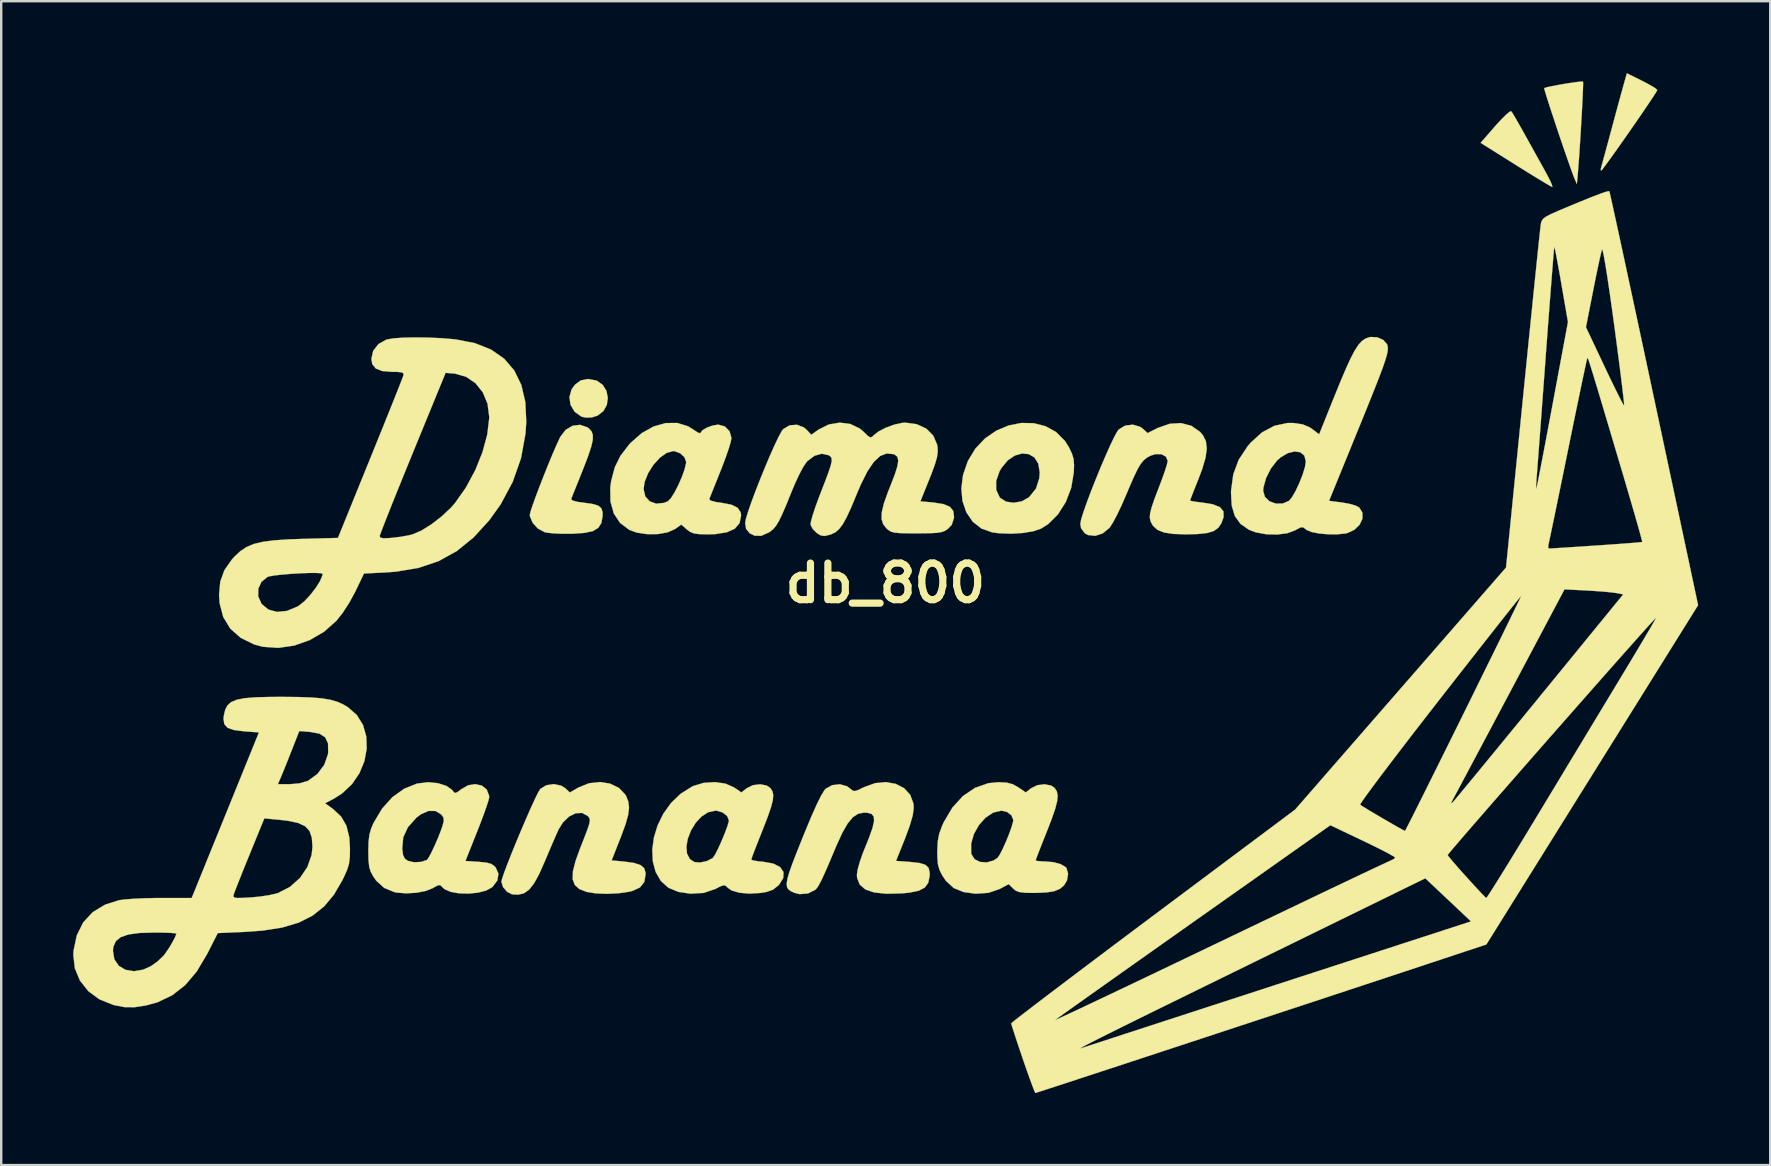
<source format=kicad_pcb>
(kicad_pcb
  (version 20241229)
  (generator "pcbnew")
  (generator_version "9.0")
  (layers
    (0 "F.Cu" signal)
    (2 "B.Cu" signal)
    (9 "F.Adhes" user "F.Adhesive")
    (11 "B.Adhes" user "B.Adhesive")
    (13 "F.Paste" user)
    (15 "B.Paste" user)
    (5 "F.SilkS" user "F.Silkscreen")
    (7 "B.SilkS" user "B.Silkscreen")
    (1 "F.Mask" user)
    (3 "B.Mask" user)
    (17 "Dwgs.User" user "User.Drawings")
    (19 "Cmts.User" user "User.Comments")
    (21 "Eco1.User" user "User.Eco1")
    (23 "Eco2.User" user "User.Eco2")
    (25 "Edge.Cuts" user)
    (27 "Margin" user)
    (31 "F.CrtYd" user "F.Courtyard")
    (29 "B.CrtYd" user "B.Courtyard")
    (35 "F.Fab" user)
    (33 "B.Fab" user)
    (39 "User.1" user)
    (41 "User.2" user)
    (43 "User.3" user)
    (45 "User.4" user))
  (footprint "db_800"
    (layer "F.Cu")
    (at 33.849 21.253)
    (property "Reference" "db_800" (at 0 0 0) (layer "F.SilkS") (effects (font (size 1.524 1.524) (thickness 0.3))))
    (attr through_hole)
    (fp_poly (pts (xy -12.025 -8.438) (xy -11.778 -8.262) (xy -11.624 -8.012) (xy -11.566 -7.723) (xy -11.606 -7.431) (xy -11.748 -7.171) (xy -11.994 -6.98) (xy -12.234 -6.905) (xy -12.477 -6.897) (xy -12.658 -6.935) (xy -12.947 -7.139) (xy -13.119 -7.426) (xy -13.166 -7.752) (xy -13.077 -8.075) (xy -12.931 -8.274) (xy -12.694 -8.448) (xy -12.411 -8.504) (xy -12.361 -8.505) (xy -12.025 -8.438)) (stroke (width 0.01) (type solid)) (fill yes) (layer "F.SilkS"))
    (fp_poly (pts (xy 26.123 -19.615) (xy 26.197 -19.496) (xy 26.312 -19.297) (xy 26.477 -19.007) (xy 26.698 -18.613) (xy 26.982 -18.102) (xy 27.337 -17.462) (xy 27.548 -17.081) (xy 27.688 -16.813) (xy 27.778 -16.614) (xy 27.802 -16.517) (xy 27.796 -16.513) (xy 27.707 -16.557) (xy 27.497 -16.678) (xy 27.19 -16.863) (xy 26.807 -17.098) (xy 26.371 -17.369) (xy 26.27 -17.433) (xy 24.811 -18.349) (xy 25.414 -19.043) (xy 25.664 -19.317) (xy 25.876 -19.527) (xy 26.025 -19.65) (xy 26.084 -19.668) (xy 26.123 -19.615)) (stroke (width 0.01) (type solid)) (fill yes) (layer "F.SilkS"))
    (fp_poly (pts (xy 31.54 -20.935) (xy 31.83 -20.783) (xy 32.05 -20.653) (xy 32.165 -20.566) (xy 32.173 -20.549) (xy 32.127 -20.464) (xy 32 -20.264) (xy 31.807 -19.976) (xy 31.566 -19.62) (xy 31.292 -19.222) (xy 31.002 -18.804) (xy 30.712 -18.389) (xy 30.438 -18.002) (xy 30.197 -17.665) (xy 30.004 -17.401) (xy 29.877 -17.235) (xy 29.832 -17.187) (xy 29.818 -17.254) (xy 29.837 -17.335) (xy 29.873 -17.463) (xy 29.944 -17.724) (xy 30.044 -18.09) (xy 30.163 -18.529) (xy 30.269 -18.923) (xy 30.405 -19.429) (xy 30.536 -19.912) (xy 30.651 -20.334) (xy 30.74 -20.657) (xy 30.781 -20.805) (xy 30.907 -21.248) (xy 31.54 -20.935)) (stroke (width 0.01) (type solid)) (fill yes) (layer "F.SilkS"))
    (fp_poly (pts (xy 29.079 -20.902) (xy 29.083 -20.813) (xy 29.076 -20.584) (xy 29.062 -20.241) (xy 29.04 -19.813) (xy 29.013 -19.329) (xy 28.983 -18.816) (xy 28.951 -18.302) (xy 28.919 -17.816) (xy 28.888 -17.385) (xy 28.86 -17.037) (xy 28.847 -16.891) (xy 28.821 -16.637) (xy 28.73 -16.849) (xy 28.659 -17.03) (xy 28.552 -17.325) (xy 28.418 -17.706) (xy 28.265 -18.147) (xy 28.104 -18.62) (xy 27.944 -19.099) (xy 27.792 -19.557) (xy 27.659 -19.965) (xy 27.553 -20.298) (xy 27.484 -20.528) (xy 27.46 -20.629) (xy 27.46 -20.631) (xy 27.558 -20.664) (xy 27.775 -20.711) (xy 28.065 -20.766) (xy 28.385 -20.821) (xy 28.688 -20.867) (xy 28.93 -20.898) (xy 29.066 -20.906) (xy 29.079 -20.902)) (stroke (width 0.01) (type solid)) (fill yes) (layer "F.SilkS"))
    (fp_poly (pts (xy -12.422 -6.495) (xy -12.357 -6.449) (xy -12.247 -6.33) (xy -12.191 -6.179) (xy -12.193 -5.973) (xy -12.257 -5.687) (xy -12.385 -5.3) (xy -12.582 -4.786) (xy -12.619 -4.695) (xy -12.78 -4.29) (xy -12.921 -3.939) (xy -13.028 -3.672) (xy -13.088 -3.523) (xy -13.095 -3.505) (xy -13.039 -3.442) (xy -12.831 -3.387) (xy -12.616 -3.358) (xy -12.222 -3.304) (xy -11.97 -3.231) (xy -11.833 -3.117) (xy -11.783 -2.945) (xy -11.785 -2.776) (xy -11.838 -2.499) (xy -11.965 -2.302) (xy -12.187 -2.171) (xy -12.528 -2.094) (xy -13.01 -2.06) (xy -13.108 -2.057) (xy -13.497 -2.058) (xy -13.852 -2.075) (xy -14.117 -2.104) (xy -14.198 -2.122) (xy -14.478 -2.272) (xy -14.697 -2.509) (xy -14.81 -2.778) (xy -14.817 -2.852) (xy -14.785 -2.987) (xy -14.7 -3.248) (xy -14.571 -3.604) (xy -14.412 -4.026) (xy -14.234 -4.482) (xy -14.049 -4.942) (xy -13.869 -5.377) (xy -13.705 -5.755) (xy -13.57 -6.048) (xy -13.544 -6.1) (xy -13.323 -6.388) (xy -13.035 -6.558) (xy -12.722 -6.597) (xy -12.422 -6.495)) (stroke (width 0.01) (type solid)) (fill yes) (layer "F.SilkS"))
    (fp_poly (pts (xy 6.185 -6.665) (xy 6.678 -6.539) (xy 7.119 -6.294) (xy 7.485 -5.926) (xy 7.646 -5.671) (xy 7.778 -5.398) (xy 7.846 -5.172) (xy 7.866 -4.917) (xy 7.854 -4.61) (xy 7.748 -3.973) (xy 7.522 -3.381) (xy 7.196 -2.866) (xy 6.787 -2.459) (xy 6.492 -2.272) (xy 6.166 -2.161) (xy 5.729 -2.089) (xy 5.238 -2.06) (xy 4.746 -2.077) (xy 4.454 -2.116) (xy 4.003 -2.275) (xy 3.642 -2.561) (xy 3.377 -2.949) (xy 3.216 -3.419) (xy 3.168 -3.946) (xy 3.207 -4.255) (xy 4.619 -4.255) (xy 4.621 -3.887) (xy 4.762 -3.582) (xy 4.789 -3.55) (xy 5.034 -3.395) (xy 5.351 -3.348) (xy 5.685 -3.408) (xy 5.979 -3.572) (xy 5.998 -3.589) (xy 6.281 -3.942) (xy 6.418 -4.37) (xy 6.435 -4.614) (xy 6.375 -4.98) (xy 6.215 -5.234) (xy 5.981 -5.375) (xy 5.7 -5.403) (xy 5.398 -5.317) (xy 5.102 -5.116) (xy 4.839 -4.799) (xy 4.758 -4.656) (xy 4.619 -4.255) (xy 3.207 -4.255) (xy 3.239 -4.509) (xy 3.438 -5.085) (xy 3.755 -5.61) (xy 4.159 -6.034) (xy 4.627 -6.355) (xy 5.137 -6.569) (xy 5.664 -6.674) (xy 6.185 -6.665)) (stroke (width 0.01) (type solid)) (fill yes) (layer "F.SilkS"))
    (fp_poly (pts (xy -11.472 8.357) (xy -11.107 8.533) (xy -10.839 8.813) (xy -10.799 8.882) (xy -10.71 9.111) (xy -10.682 9.359) (xy -10.719 9.659) (xy -10.825 10.041) (xy -11.006 10.537) (xy -11.041 10.626) (xy -11.408 11.557) (xy -10.89 11.605) (xy -10.473 11.663) (xy -10.2 11.752) (xy -10.048 11.886) (xy -9.992 12.081) (xy -9.991 12.134) (xy -10.046 12.456) (xy -10.225 12.683) (xy -10.541 12.83) (xy -10.672 12.862) (xy -11.115 12.927) (xy -11.604 12.95) (xy -12.069 12.932) (xy -12.443 12.872) (xy -12.454 12.868) (xy -12.752 12.751) (xy -12.943 12.581) (xy -13.032 12.342) (xy -13.021 12.014) (xy -12.911 11.579) (xy -12.719 11.049) (xy -12.539 10.594) (xy -12.416 10.269) (xy -12.343 10.048) (xy -12.315 9.905) (xy -12.324 9.813) (xy -12.366 9.746) (xy -12.407 9.703) (xy -12.637 9.578) (xy -12.907 9.592) (xy -13.185 9.731) (xy -13.441 9.98) (xy -13.618 10.266) (xy -13.719 10.49) (xy -13.864 10.823) (xy -14.033 11.218) (xy -14.182 11.573) (xy -14.422 12.115) (xy -14.637 12.509) (xy -14.845 12.775) (xy -15.062 12.928) (xy -15.305 12.985) (xy -15.557 12.971) (xy -15.763 12.868) (xy -15.932 12.67) (xy -16.002 12.448) (xy -16.002 12.448) (xy -15.969 12.309) (xy -15.878 12.044) (xy -15.741 11.681) (xy -15.57 11.247) (xy -15.375 10.771) (xy -15.17 10.28) (xy -14.965 9.803) (xy -14.773 9.367) (xy -14.604 9) (xy -14.472 8.731) (xy -14.387 8.588) (xy -14.381 8.58) (xy -14.129 8.424) (xy -13.815 8.377) (xy -13.507 8.442) (xy -13.332 8.554) (xy -13.149 8.726) (xy -12.777 8.513) (xy -12.343 8.34) (xy -11.896 8.29) (xy -11.472 8.357)) (stroke (width 0.01) (type solid)) (fill yes) (layer "F.SilkS"))
    (fp_poly (pts (xy 0.438 8.368) (xy 0.782 8.547) (xy 1.035 8.821) (xy 1.17 9.18) (xy 1.185 9.368) (xy 1.142 9.681) (xy 1.014 10.123) (xy 0.816 10.658) (xy 0.446 11.578) (xy 1.026 11.62) (xy 1.419 11.664) (xy 1.67 11.741) (xy 1.805 11.871) (xy 1.85 12.073) (xy 1.846 12.219) (xy 1.787 12.495) (xy 1.642 12.691) (xy 1.39 12.822) (xy 1.008 12.901) (xy 0.701 12.93) (xy 0.044 12.947) (xy -0.466 12.893) (xy -0.834 12.767) (xy -1.068 12.565) (xy -1.176 12.284) (xy -1.185 12.149) (xy -1.153 11.934) (xy -1.065 11.62) (xy -0.94 11.26) (xy -0.878 11.108) (xy -0.666 10.581) (xy -0.529 10.187) (xy -0.469 9.908) (xy -0.484 9.726) (xy -0.575 9.62) (xy -0.742 9.574) (xy -0.893 9.567) (xy -1.131 9.612) (xy -1.351 9.755) (xy -1.567 10.014) (xy -1.792 10.404) (xy -2.038 10.941) (xy -2.073 11.025) (xy -2.315 11.599) (xy -2.504 12.035) (xy -2.649 12.352) (xy -2.762 12.57) (xy -2.849 12.708) (xy -2.917 12.781) (xy -3.22 12.933) (xy -3.569 12.963) (xy -3.787 12.909) (xy -3.93 12.844) (xy -4.034 12.772) (xy -4.096 12.674) (xy -4.113 12.533) (xy -4.083 12.33) (xy -4.001 12.048) (xy -3.865 11.667) (xy -3.672 11.17) (xy -3.419 10.54) (xy -3.351 10.372) (xy -3.087 9.736) (xy -2.859 9.226) (xy -2.673 8.852) (xy -2.533 8.624) (xy -2.488 8.572) (xy -2.212 8.42) (xy -1.893 8.384) (xy -1.598 8.467) (xy -1.484 8.549) (xy -1.376 8.641) (xy -1.279 8.669) (xy -1.139 8.627) (xy -0.905 8.513) (xy -0.893 8.507) (xy -0.425 8.337) (xy 0.027 8.294) (xy 0.438 8.368)) (stroke (width 0.01) (type solid)) (fill yes) (layer "F.SilkS"))
    (fp_poly (pts (xy 12.76 -6.554) (xy 13.118 -6.303) (xy 13.237 -6.163) (xy 13.361 -5.915) (xy 13.398 -5.61) (xy 13.346 -5.226) (xy 13.203 -4.741) (xy 13.05 -4.337) (xy 12.909 -3.986) (xy 12.796 -3.697) (xy 12.722 -3.504) (xy 12.7 -3.439) (xy 12.777 -3.416) (xy 12.976 -3.385) (xy 13.212 -3.357) (xy 13.659 -3.283) (xy 13.949 -3.164) (xy 14.093 -2.989) (xy 14.098 -2.75) (xy 14.008 -2.501) (xy 13.882 -2.31) (xy 13.696 -2.175) (xy 13.425 -2.09) (xy 13.039 -2.046) (xy 12.522 -2.032) (xy 11.998 -2.05) (xy 11.614 -2.11) (xy 11.345 -2.218) (xy 11.164 -2.381) (xy 11.139 -2.416) (xy 11.06 -2.562) (xy 11.023 -2.715) (xy 11.035 -2.905) (xy 11.1 -3.163) (xy 11.222 -3.519) (xy 11.388 -3.951) (xy 11.535 -4.34) (xy 11.656 -4.684) (xy 11.738 -4.946) (xy 11.769 -5.088) (xy 11.769 -5.089) (xy 11.698 -5.269) (xy 11.515 -5.37) (xy 11.265 -5.377) (xy 11.051 -5.31) (xy 10.896 -5.225) (xy 10.765 -5.118) (xy 10.641 -4.964) (xy 10.509 -4.74) (xy 10.355 -4.419) (xy 10.164 -3.98) (xy 10.031 -3.665) (xy 9.846 -3.241) (xy 9.659 -2.85) (xy 9.49 -2.532) (xy 9.359 -2.325) (xy 9.341 -2.303) (xy 9.061 -2.073) (xy 8.75 -1.97) (xy 8.449 -2.004) (xy 8.319 -2.074) (xy 8.158 -2.286) (xy 8.128 -2.475) (xy 8.161 -2.65) (xy 8.253 -2.949) (xy 8.391 -3.343) (xy 8.563 -3.803) (xy 8.759 -4.299) (xy 8.965 -4.803) (xy 9.17 -5.285) (xy 9.362 -5.717) (xy 9.53 -6.068) (xy 9.661 -6.31) (xy 9.725 -6.4) (xy 9.997 -6.565) (xy 10.316 -6.604) (xy 10.619 -6.516) (xy 10.74 -6.429) (xy 10.928 -6.253) (xy 11.365 -6.471) (xy 11.857 -6.642) (xy 12.331 -6.669) (xy 12.76 -6.554)) (stroke (width 0.01) (type solid)) (fill yes) (layer "F.SilkS"))
    (fp_poly (pts (xy -6.667 8.356) (xy -6.314 8.51) (xy -5.999 8.724) (xy -5.782 8.553) (xy -5.518 8.422) (xy -5.216 8.384) (xy -4.942 8.438) (xy -4.797 8.537) (xy -4.71 8.666) (xy -4.672 8.825) (xy -4.688 9.04) (xy -4.762 9.333) (xy -4.898 9.73) (xy -5.101 10.254) (xy -5.122 10.306) (xy -5.286 10.718) (xy -5.425 11.074) (xy -5.527 11.343) (xy -5.582 11.498) (xy -5.588 11.523) (xy -5.511 11.558) (xy -5.312 11.593) (xy -5.083 11.615) (xy -4.669 11.69) (xy -4.386 11.836) (xy -4.244 12.039) (xy -4.252 12.283) (xy -4.417 12.555) (xy -4.473 12.614) (xy -4.687 12.779) (xy -4.96 12.875) (xy -5.192 12.913) (xy -5.668 12.941) (xy -6.084 12.905) (xy -6.404 12.811) (xy -6.559 12.703) (xy -6.652 12.614) (xy -6.745 12.593) (xy -6.89 12.646) (xy -7.09 12.749) (xy -7.568 12.912) (xy -8.126 12.944) (xy -8.626 12.869) (xy -9.043 12.696) (xy -9.358 12.412) (xy -9.572 12.04) (xy -9.69 11.601) (xy -9.714 11.117) (xy -9.695 10.976) (xy -8.291 10.976) (xy -8.266 11.272) (xy -8.145 11.504) (xy -7.959 11.626) (xy -7.721 11.646) (xy -7.44 11.586) (xy -7.209 11.468) (xy -7.181 11.443) (xy -7.091 11.307) (xy -6.966 11.061) (xy -6.826 10.752) (xy -6.693 10.43) (xy -6.585 10.142) (xy -6.525 9.938) (xy -6.519 9.889) (xy -6.595 9.705) (xy -6.785 9.557) (xy -7.033 9.485) (xy -7.08 9.483) (xy -7.383 9.549) (xy -7.661 9.728) (xy -7.903 9.989) (xy -8.097 10.304) (xy -8.231 10.643) (xy -8.291 10.976) (xy -9.695 10.976) (xy -9.647 10.61) (xy -9.492 10.101) (xy -9.253 9.612) (xy -8.932 9.165) (xy -8.533 8.781) (xy -8.058 8.482) (xy -8.001 8.455) (xy -7.572 8.326) (xy -7.108 8.294) (xy -6.667 8.356)) (stroke (width 0.01) (type solid)) (fill yes) (layer "F.SilkS"))
    (fp_poly (pts (xy -8.223 -6.538) (xy -8.009 -6.404) (xy -7.83 -6.285) (xy -7.721 -6.243) (xy -7.705 -6.259) (xy -7.631 -6.365) (xy -7.447 -6.475) (xy -7.211 -6.564) (xy -6.979 -6.604) (xy -6.96 -6.604) (xy -6.688 -6.529) (xy -6.493 -6.331) (xy -6.415 -6.053) (xy -6.416 -6.028) (xy -6.449 -5.864) (xy -6.535 -5.58) (xy -6.663 -5.213) (xy -6.819 -4.8) (xy -6.861 -4.695) (xy -7.023 -4.29) (xy -7.164 -3.938) (xy -7.271 -3.672) (xy -7.331 -3.522) (xy -7.338 -3.504) (xy -7.282 -3.439) (xy -7.071 -3.382) (xy -6.841 -3.349) (xy -6.425 -3.271) (xy -6.159 -3.142) (xy -6.03 -2.952) (xy -6.011 -2.818) (xy -6.075 -2.502) (xy -6.271 -2.27) (xy -6.606 -2.118) (xy -7.084 -2.042) (xy -7.401 -2.032) (xy -7.746 -2.04) (xy -7.974 -2.07) (xy -8.137 -2.136) (xy -8.27 -2.235) (xy -8.506 -2.439) (xy -8.762 -2.256) (xy -9.074 -2.116) (xy -9.483 -2.043) (xy -9.932 -2.04) (xy -10.362 -2.106) (xy -10.668 -2.217) (xy -11.053 -2.505) (xy -11.317 -2.903) (xy -11.456 -3.399) (xy -11.463 -3.92) (xy -10.075 -3.92) (xy -10.006 -3.616) (xy -9.82 -3.407) (xy -9.549 -3.311) (xy -9.227 -3.344) (xy -9.064 -3.409) (xy -8.939 -3.535) (xy -8.786 -3.777) (xy -8.625 -4.091) (xy -8.477 -4.43) (xy -8.363 -4.75) (xy -8.305 -5.005) (xy -8.301 -5.054) (xy -8.372 -5.249) (xy -8.553 -5.413) (xy -8.789 -5.5) (xy -8.847 -5.503) (xy -9.118 -5.427) (xy -9.4 -5.224) (xy -9.666 -4.93) (xy -9.886 -4.582) (xy -10.032 -4.218) (xy -10.075 -3.92) (xy -11.463 -3.92) (xy -11.464 -3.981) (xy -11.426 -4.258) (xy -11.278 -4.822) (xy -11.039 -5.307) (xy -10.678 -5.776) (xy -10.607 -5.853) (xy -10.149 -6.254) (xy -9.657 -6.528) (xy -9.156 -6.67) (xy -8.67 -6.675) (xy -8.223 -6.538)) (stroke (width 0.01) (type solid)) (fill yes) (layer "F.SilkS"))
    (fp_poly (pts (xy 5.06 8.316) (xy 5.316 8.384) (xy 5.54 8.51) (xy 5.854 8.724) (xy 6.071 8.553) (xy 6.335 8.422) (xy 6.637 8.384) (xy 6.912 8.438) (xy 7.057 8.537) (xy 7.146 8.676) (xy 7.183 8.852) (xy 7.161 9.091) (xy 7.078 9.414) (xy 6.929 9.844) (xy 6.731 10.353) (xy 6.567 10.764) (xy 6.429 11.117) (xy 6.326 11.383) (xy 6.272 11.534) (xy 6.265 11.556) (xy 6.341 11.582) (xy 6.532 11.597) (xy 6.641 11.599) (xy 7.006 11.631) (xy 7.316 11.717) (xy 7.522 11.841) (xy 7.553 11.88) (xy 7.618 12.119) (xy 7.571 12.393) (xy 7.448 12.598) (xy 7.273 12.744) (xy 7.045 12.839) (xy 6.73 12.891) (xy 6.293 12.911) (xy 6.162 12.912) (xy 5.812 12.905) (xy 5.586 12.877) (xy 5.436 12.819) (xy 5.326 12.729) (xy 5.143 12.547) (xy 4.76 12.75) (xy 4.296 12.909) (xy 3.757 12.946) (xy 3.258 12.875) (xy 2.848 12.707) (xy 2.523 12.407) (xy 2.366 12.172) (xy 2.253 11.942) (xy 2.191 11.71) (xy 2.167 11.411) (xy 2.166 11.168) (xy 2.181 10.857) (xy 3.576 10.857) (xy 3.578 11.246) (xy 3.591 11.302) (xy 3.718 11.505) (xy 3.946 11.62) (xy 4.227 11.641) (xy 4.512 11.561) (xy 4.676 11.451) (xy 4.769 11.317) (xy 4.896 11.071) (xy 5.035 10.76) (xy 5.167 10.432) (xy 5.271 10.137) (xy 5.329 9.923) (xy 5.334 9.872) (xy 5.259 9.681) (xy 5.071 9.537) (xy 4.841 9.483) (xy 4.5 9.562) (xy 4.178 9.775) (xy 3.9 10.085) (xy 3.691 10.458) (xy 3.576 10.857) (xy 2.181 10.857) (xy 2.185 10.768) (xy 2.245 10.449) (xy 2.364 10.122) (xy 2.435 9.965) (xy 2.793 9.358) (xy 3.232 8.877) (xy 3.737 8.534) (xy 4.294 8.339) (xy 4.714 8.297) (xy 5.06 8.316)) (stroke (width 0.01) (type solid)) (fill yes) (layer "F.SilkS"))
    (fp_poly (pts (xy -18.647 8.339) (xy -18.301 8.449) (xy -18.062 8.613) (xy -18.007 8.687) (xy -17.94 8.75) (xy -17.832 8.711) (xy -17.683 8.596) (xy -17.389 8.426) (xy -17.088 8.378) (xy -16.817 8.44) (xy -16.614 8.602) (xy -16.516 8.854) (xy -16.512 8.93) (xy -16.542 9.065) (xy -16.627 9.326) (xy -16.753 9.68) (xy -16.911 10.097) (xy -17.007 10.341) (xy -17.501 11.581) (xy -16.952 11.616) (xy -16.629 11.648) (xy -16.425 11.703) (xy -16.287 11.799) (xy -16.239 11.853) (xy -16.124 12.113) (xy -16.168 12.389) (xy -16.368 12.658) (xy -16.383 12.672) (xy -16.632 12.812) (xy -16.978 12.901) (xy -17.375 12.941) (xy -17.772 12.929) (xy -18.123 12.866) (xy -18.378 12.751) (xy -18.437 12.697) (xy -18.534 12.599) (xy -18.626 12.587) (xy -18.777 12.662) (xy -18.86 12.713) (xy -19.152 12.83) (xy -19.543 12.905) (xy -19.967 12.93) (xy -20.359 12.9) (xy -20.466 12.877) (xy -20.884 12.705) (xy -21.21 12.413) (xy -21.348 12.217) (xy -21.45 12.025) (xy -21.511 11.823) (xy -21.54 11.556) (xy -21.548 11.176) (xy -21.545 11.055) (xy -20.135 11.055) (xy -20.134 11.069) (xy -20.1 11.334) (xy -20.023 11.487) (xy -19.897 11.576) (xy -19.644 11.635) (xy -19.342 11.618) (xy -19.103 11.536) (xy -19.03 11.436) (xy -18.915 11.221) (xy -18.779 10.932) (xy -18.64 10.611) (xy -18.519 10.302) (xy -18.46 10.134) (xy -18.402 9.909) (xy -18.418 9.767) (xy -18.504 9.647) (xy -18.742 9.498) (xy -19.035 9.494) (xy -19.355 9.632) (xy -19.549 9.781) (xy -19.9 10.176) (xy -20.092 10.594) (xy -20.135 11.055) (xy -21.545 11.055) (xy -21.538 10.774) (xy -21.501 10.475) (xy -21.424 10.214) (xy -21.327 9.991) (xy -20.976 9.401) (xy -20.544 8.921) (xy -20.051 8.568) (xy -19.519 8.356) (xy -19.055 8.298) (xy -18.647 8.339)) (stroke (width 0.01) (type solid)) (fill yes) (layer "F.SilkS"))
    (fp_poly (pts (xy 20.508 -10.244) (xy 20.755 -10.133) (xy 20.908 -9.959) (xy 20.912 -9.95) (xy 20.937 -9.867) (xy 20.945 -9.769) (xy 20.932 -9.642) (xy 20.893 -9.471) (xy 20.822 -9.24) (xy 20.716 -8.936) (xy 20.567 -8.544) (xy 20.372 -8.047) (xy 20.126 -7.433) (xy 19.823 -6.686) (xy 19.617 -6.181) (xy 18.494 -3.429) (xy 19.047 -3.358) (xy 19.357 -3.302) (xy 19.614 -3.225) (xy 19.748 -3.155) (xy 19.885 -2.937) (xy 19.886 -2.686) (xy 19.769 -2.436) (xy 19.554 -2.225) (xy 19.259 -2.087) (xy 19.186 -2.07) (xy 18.842 -2.033) (xy 18.457 -2.034) (xy 18.082 -2.068) (xy 17.766 -2.13) (xy 17.561 -2.214) (xy 17.542 -2.229) (xy 17.424 -2.32) (xy 17.318 -2.327) (xy 17.156 -2.245) (xy 17.091 -2.206) (xy 16.762 -2.081) (xy 16.338 -2.025) (xy 15.878 -2.036) (xy 15.442 -2.115) (xy 15.156 -2.223) (xy 14.802 -2.468) (xy 14.566 -2.796) (xy 14.437 -3.226) (xy 14.407 -3.778) (xy 14.41 -3.842) (xy 15.748 -3.842) (xy 15.821 -3.593) (xy 16.012 -3.411) (xy 16.275 -3.313) (xy 16.566 -3.318) (xy 16.821 -3.428) (xy 16.949 -3.578) (xy 17.101 -3.843) (xy 17.255 -4.173) (xy 17.392 -4.52) (xy 17.489 -4.836) (xy 17.526 -5.071) (xy 17.526 -5.071) (xy 17.464 -5.314) (xy 17.297 -5.453) (xy 17.057 -5.487) (xy 16.773 -5.417) (xy 16.475 -5.241) (xy 16.318 -5.1) (xy 16.062 -4.765) (xy 15.865 -4.369) (xy 15.758 -3.98) (xy 15.748 -3.842) (xy 14.41 -3.842) (xy 14.41 -3.852) (xy 14.502 -4.534) (xy 14.726 -5.137) (xy 15.097 -5.701) (xy 15.231 -5.858) (xy 15.702 -6.284) (xy 16.218 -6.558) (xy 16.763 -6.674) (xy 17.01 -6.673) (xy 17.393 -6.616) (xy 17.682 -6.496) (xy 17.795 -6.419) (xy 18.081 -6.201) (xy 18.663 -7.651) (xy 18.951 -8.36) (xy 19.191 -8.926) (xy 19.392 -9.365) (xy 19.565 -9.695) (xy 19.719 -9.932) (xy 19.864 -10.091) (xy 20.011 -10.191) (xy 20.168 -10.246) (xy 20.235 -10.259) (xy 20.508 -10.244)) (stroke (width 0.01) (type solid)) (fill yes) (layer "F.SilkS"))
    (fp_poly (pts (xy -1.455 -6.631) (xy -1.06 -6.44) (xy -0.901 -6.303) (xy -0.725 -6.132) (xy -0.619 -6.071) (xy -0.539 -6.105) (xy -0.498 -6.151) (xy -0.293 -6.315) (xy 0.017 -6.475) (xy 0.371 -6.605) (xy 0.705 -6.679) (xy 0.828 -6.688) (xy 1.311 -6.623) (xy 1.708 -6.438) (xy 1.997 -6.149) (xy 2.159 -5.771) (xy 2.177 -5.656) (xy 2.184 -5.459) (xy 2.151 -5.238) (xy 2.07 -4.957) (xy 1.931 -4.578) (xy 1.841 -4.35) (xy 1.462 -3.409) (xy 2.013 -3.358) (xy 2.427 -3.292) (xy 2.694 -3.179) (xy 2.833 -3.004) (xy 2.864 -2.753) (xy 2.862 -2.722) (xy 2.769 -2.429) (xy 2.597 -2.252) (xy 2.478 -2.176) (xy 2.339 -2.126) (xy 2.146 -2.095) (xy 1.863 -2.08) (xy 1.455 -2.075) (xy 1.313 -2.074) (xy 0.873 -2.076) (xy 0.568 -2.086) (xy 0.364 -2.108) (xy 0.227 -2.149) (xy 0.123 -2.215) (xy 0.049 -2.28) (xy -0.091 -2.458) (xy -0.157 -2.675) (xy -0.147 -2.957) (xy -0.058 -3.326) (xy 0.113 -3.808) (xy 0.216 -4.065) (xy 0.399 -4.537) (xy 0.506 -4.88) (xy 0.539 -5.116) (xy 0.5 -5.268) (xy 0.39 -5.357) (xy 0.342 -5.375) (xy 0.058 -5.404) (xy -0.214 -5.299) (xy -0.48 -5.052) (xy -0.748 -4.656) (xy -1.024 -4.105) (xy -1.185 -3.727) (xy -1.415 -3.172) (xy -1.607 -2.755) (xy -1.773 -2.455) (xy -1.929 -2.248) (xy -2.088 -2.114) (xy -2.267 -2.03) (xy -2.31 -2.016) (xy -2.541 -1.963) (xy -2.704 -1.991) (xy -2.86 -2.09) (xy -3.028 -2.259) (xy -3.116 -2.433) (xy -3.117 -2.438) (xy -3.097 -2.58) (xy -3.023 -2.843) (xy -2.907 -3.194) (xy -2.759 -3.597) (xy -2.719 -3.7) (xy -2.516 -4.223) (xy -2.371 -4.611) (xy -2.279 -4.887) (xy -2.236 -5.074) (xy -2.237 -5.194) (xy -2.277 -5.269) (xy -2.35 -5.323) (xy -2.368 -5.333) (xy -2.648 -5.393) (xy -2.953 -5.307) (xy -3.243 -5.09) (xy -3.283 -5.046) (xy -3.413 -4.855) (xy -3.578 -4.549) (xy -3.754 -4.175) (xy -3.893 -3.845) (xy -4.112 -3.304) (xy -4.286 -2.897) (xy -4.428 -2.602) (xy -4.552 -2.395) (xy -4.672 -2.251) (xy -4.799 -2.147) (xy -4.851 -2.114) (xy -5.171 -1.971) (xy -5.448 -1.976) (xy -5.654 -2.079) (xy -5.804 -2.263) (xy -5.842 -2.505) (xy -5.809 -2.682) (xy -5.718 -2.983) (xy -5.58 -3.38) (xy -5.408 -3.841) (xy -5.213 -4.338) (xy -5.008 -4.842) (xy -4.804 -5.323) (xy -4.613 -5.751) (xy -4.448 -6.098) (xy -4.319 -6.334) (xy -4.261 -6.413) (xy -3.992 -6.576) (xy -3.684 -6.6) (xy -3.393 -6.488) (xy -3.282 -6.393) (xy -3.087 -6.182) (xy -2.78 -6.4) (xy -2.355 -6.613) (xy -1.9 -6.689) (xy -1.455 -6.631)) (stroke (width 0.01) (type solid)) (fill yes) (layer "F.SilkS"))
    (fp_poly (pts (xy -19.056 -10.233) (xy -18.508 -10.208) (xy -17.99 -10.166) (xy -17.907 -10.157) (xy -17.107 -10.002) (xy -16.433 -9.734) (xy -15.885 -9.353) (xy -15.464 -8.86) (xy -15.17 -8.256) (xy -15.003 -7.541) (xy -14.965 -6.716) (xy -14.996 -6.238) (xy -15.183 -5.208) (xy -15.532 -4.215) (xy -16.037 -3.274) (xy -16.504 -2.624) (xy -17.162 -1.902) (xy -17.86 -1.337) (xy -18.617 -0.917) (xy -19.454 -0.634) (xy -20.391 -0.477) (xy -20.791 -0.447) (xy -21.729 -0.4) (xy -22.091 0.353) (xy -22.336 0.807) (xy -22.615 1.237) (xy -22.876 1.568) (xy -23.396 2.029) (xy -23.995 2.377) (xy -24.64 2.604) (xy -25.3 2.699) (xy -25.943 2.654) (xy -26.31 2.555) (xy -26.872 2.278) (xy -27.301 1.897) (xy -27.593 1.417) (xy -27.746 0.841) (xy -27.764 0.553) (xy -26.138 0.553) (xy -26.001 0.858) (xy -25.987 0.877) (xy -25.707 1.105) (xy -25.349 1.2) (xy -24.941 1.159) (xy -24.509 0.981) (xy -24.441 0.94) (xy -24.213 0.758) (xy -23.969 0.497) (xy -23.741 0.202) (xy -23.561 -0.084) (xy -23.462 -0.318) (xy -23.453 -0.387) (xy -23.531 -0.413) (xy -23.74 -0.424) (xy -24.044 -0.422) (xy -24.405 -0.408) (xy -24.786 -0.385) (xy -25.15 -0.354) (xy -25.461 -0.319) (xy -25.68 -0.281) (xy -25.75 -0.258) (xy -26.002 -0.053) (xy -26.134 0.233) (xy -26.138 0.553) (xy -27.764 0.553) (xy -27.769 0.483) (xy -27.718 -0.066) (xy -27.547 -0.538) (xy -27.236 -0.983) (xy -27.109 -1.122) (xy -26.874 -1.339) (xy -26.619 -1.506) (xy -26.318 -1.632) (xy -25.944 -1.722) (xy -25.472 -1.783) (xy -24.876 -1.823) (xy -24.34 -1.842) (xy -22.813 -1.884) (xy -22.784 -1.957) (xy -21.075 -1.957) (xy -21.044 -1.894) (xy -20.921 -1.869) (xy -20.673 -1.878) (xy -20.553 -1.888) (xy -20.208 -1.93) (xy -19.879 -1.988) (xy -19.706 -2.031) (xy -19.336 -2.19) (xy -18.915 -2.452) (xy -18.489 -2.782) (xy -18.106 -3.143) (xy -17.93 -3.343) (xy -17.476 -3.99) (xy -17.091 -4.707) (xy -16.791 -5.452) (xy -16.592 -6.184) (xy -16.511 -6.862) (xy -16.51 -6.94) (xy -16.58 -7.479) (xy -16.777 -7.951) (xy -17.082 -8.333) (xy -17.477 -8.601) (xy -17.942 -8.732) (xy -17.99 -8.736) (xy -18.327 -8.763) (xy -19.698 -5.419) (xy -19.989 -4.707) (xy -20.259 -4.041) (xy -20.502 -3.439) (xy -20.71 -2.916) (xy -20.878 -2.491) (xy -20.998 -2.178) (xy -21.065 -1.996) (xy -21.075 -1.957) (xy -22.784 -1.957) (xy -21.469 -5.195) (xy -21.181 -5.906) (xy -20.912 -6.571) (xy -20.67 -7.174) (xy -20.46 -7.697) (xy -20.29 -8.124) (xy -20.167 -8.437) (xy -20.098 -8.619) (xy -20.085 -8.656) (xy -20.084 -8.74) (xy -20.159 -8.785) (xy -20.346 -8.803) (xy -20.545 -8.805) (xy -20.963 -8.838) (xy -21.238 -8.944) (xy -21.386 -9.131) (xy -21.421 -9.349) (xy -21.342 -9.687) (xy -21.125 -9.964) (xy -20.802 -10.144) (xy -20.761 -10.157) (xy -20.488 -10.202) (xy -20.086 -10.23) (xy -19.596 -10.24) (xy -19.056 -10.233)) (stroke (width 0.01) (type solid)) (fill yes) (layer "F.SilkS"))
    (fp_poly (pts (xy -24.494 4.747) (xy -23.935 4.766) (xy -23.491 4.802) (xy -23.137 4.861) (xy -22.846 4.944) (xy -22.591 5.058) (xy -22.407 5.166) (xy -22.025 5.499) (xy -21.768 5.916) (xy -21.633 6.393) (xy -21.615 6.903) (xy -21.712 7.421) (xy -21.918 7.922) (xy -22.231 8.38) (xy -22.647 8.77) (xy -22.972 8.976) (xy -23.349 9.176) (xy -23.022 9.413) (xy -22.684 9.727) (xy -22.462 10.109) (xy -22.343 10.588) (xy -22.313 11.053) (xy -22.319 11.413) (xy -22.351 11.683) (xy -22.426 11.936) (xy -22.56 12.241) (xy -22.628 12.379) (xy -22.979 12.983) (xy -23.388 13.473) (xy -23.872 13.859) (xy -24.449 14.15) (xy -25.136 14.355) (xy -25.951 14.483) (xy -26.675 14.536) (xy -27.823 14.587) (xy -28.267 15.46) (xy -28.697 16.183) (xy -29.177 16.752) (xy -29.721 17.178) (xy -30.342 17.473) (xy -30.802 17.6) (xy -31.289 17.676) (xy -31.712 17.672) (xy -32.156 17.586) (xy -32.178 17.58) (xy -32.753 17.349) (xy -33.221 17.005) (xy -33.568 16.566) (xy -33.78 16.052) (xy -33.844 15.482) (xy -33.834 15.321) (xy -33.834 15.321) (xy -32.192 15.321) (xy -32.133 15.68) (xy -31.95 15.948) (xy -31.671 16.117) (xy -31.323 16.175) (xy -30.932 16.111) (xy -30.607 15.964) (xy -30.338 15.772) (xy -30.097 15.545) (xy -30.04 15.477) (xy -29.884 15.252) (xy -29.731 15.001) (xy -29.61 14.775) (xy -29.551 14.625) (xy -29.549 14.609) (xy -29.628 14.591) (xy -29.842 14.575) (xy -30.157 14.566) (xy -30.483 14.563) (xy -31.089 14.582) (xy -31.545 14.644) (xy -31.868 14.756) (xy -32.072 14.925) (xy -32.174 15.157) (xy -32.192 15.321) (xy -33.834 15.321) (xy -33.698 14.679) (xy -33.43 14.14) (xy -33.033 13.712) (xy -32.514 13.398) (xy -31.936 13.216) (xy -31.689 13.183) (xy -31.317 13.155) (xy -30.863 13.135) (xy -30.373 13.124) (xy -30.199 13.123) (xy -28.909 13.123) (xy -28.885 13.063) (xy -27.171 13.063) (xy -27.13 13.107) (xy -27.007 13.124) (xy -26.773 13.119) (xy -26.45 13.101) (xy -26.053 13.063) (xy -25.669 13.004) (xy -25.368 12.935) (xy -25.311 12.917) (xy -24.811 12.659) (xy -24.395 12.287) (xy -24.087 11.832) (xy -23.91 11.324) (xy -23.876 10.986) (xy -23.903 10.609) (xy -23.998 10.329) (xy -24.184 10.13) (xy -24.48 9.994) (xy -24.909 9.905) (xy -25.281 9.862) (xy -25.883 9.807) (xy -26.5 11.317) (xy -26.696 11.797) (xy -26.87 12.231) (xy -27.013 12.592) (xy -27.113 12.853) (xy -27.161 12.985) (xy -27.161 12.988) (xy -27.171 13.063) (xy -28.885 13.063) (xy -27.508 9.673) (xy -26.984 8.382) (xy -25.318 8.382) (xy -24.83 8.382) (xy -24.425 8.347) (xy -24.092 8.253) (xy -24.051 8.234) (xy -23.669 7.954) (xy -23.385 7.575) (xy -23.232 7.142) (xy -23.22 7.051) (xy -23.228 6.68) (xy -23.344 6.427) (xy -23.587 6.274) (xy -23.968 6.203) (xy -24.426 6.166) (xy -24.736 6.956) (xy -24.886 7.335) (xy -25.028 7.69) (xy -25.142 7.969) (xy -25.182 8.065) (xy -25.318 8.382) (xy -26.984 8.382) (xy -26.107 6.223) (xy -26.738 6.176) (xy -27.148 6.124) (xy -27.412 6.031) (xy -27.55 5.881) (xy -27.584 5.656) (xy -27.569 5.517) (xy -27.514 5.281) (xy -27.42 5.097) (xy -27.266 4.96) (xy -27.034 4.862) (xy -26.704 4.798) (xy -26.257 4.76) (xy -25.673 4.744) (xy -25.195 4.741) (xy -24.494 4.747)) (stroke (width 0.01) (type solid)) (fill yes) (layer "F.SilkS"))
    (fp_poly (pts (xy 30.176 -16.332) (xy 30.197 -16.246) (xy 30.251 -16.006) (xy 30.336 -15.622) (xy 30.449 -15.105) (xy 30.588 -14.466) (xy 30.75 -13.716) (xy 30.933 -12.866) (xy 31.135 -11.927) (xy 31.353 -10.91) (xy 31.585 -9.825) (xy 31.829 -8.684) (xy 32.041 -7.69) (xy 33.875 0.919) (xy 29.463 7.99) (xy 25.051 15.06) (xy 22.368 15.949) (xy 21.596 16.205) (xy 20.748 16.485) (xy 19.834 16.787) (xy 18.867 17.106) (xy 17.86 17.439) (xy 16.824 17.78) (xy 15.773 18.127) (xy 14.718 18.474) (xy 13.672 18.819) (xy 12.647 19.156) (xy 11.656 19.482) (xy 10.71 19.793) (xy 9.822 20.085) (xy 9.004 20.353) (xy 8.269 20.594) (xy 7.629 20.804) (xy 7.096 20.978) (xy 6.683 21.113) (xy 6.401 21.204) (xy 6.264 21.248) (xy 6.252 21.251) (xy 6.215 21.175) (xy 6.133 20.964) (xy 6.015 20.644) (xy 5.872 20.24) (xy 5.731 19.833) (xy 5.582 19.393) (xy 8.134 19.393) (xy 8.181 19.381) (xy 8.218 19.368) (xy 8.316 19.336) (xy 8.563 19.255) (xy 8.95 19.129) (xy 9.464 18.961) (xy 10.096 18.755) (xy 10.833 18.515) (xy 11.665 18.244) (xy 12.581 17.946) (xy 13.57 17.624) (xy 14.62 17.283) (xy 15.721 16.925) (xy 16.38 16.71) (xy 24.41 14.099) (xy 23.457 13.201) (xy 22.504 12.303) (xy 15.337 15.811) (xy 14.076 16.429) (xy 12.96 16.976) (xy 11.981 17.456) (xy 11.132 17.873) (xy 10.406 18.231) (xy 9.795 18.533) (xy 9.293 18.783) (xy 8.891 18.984) (xy 8.582 19.141) (xy 8.36 19.256) (xy 8.216 19.334) (xy 8.143 19.379) (xy 8.134 19.393) (xy 5.582 19.393) (xy 5.575 19.371) (xy 5.439 18.964) (xy 5.334 18.64) (xy 5.267 18.426) (xy 5.248 18.35) (xy 5.314 18.29) (xy 5.413 18.211) (xy 7.074 18.211) (xy 7.136 18.187) (xy 7.341 18.094) (xy 7.677 17.938) (xy 8.134 17.723) (xy 8.701 17.455) (xy 9.368 17.139) (xy 10.124 16.78) (xy 10.958 16.382) (xy 11.861 15.951) (xy 12.821 15.491) (xy 13.827 15.009) (xy 13.89 14.979) (xy 14.907 14.491) (xy 15.885 14.023) (xy 16.811 13.58) (xy 17.674 13.167) (xy 18.463 12.79) (xy 19.168 12.455) (xy 19.776 12.166) (xy 20.276 11.929) (xy 20.657 11.75) (xy 20.908 11.633) (xy 21.018 11.584) (xy 21.018 11.584) (xy 21.185 11.505) (xy 21.251 11.439) (xy 21.179 11.385) (xy 21.091 11.335) (xy 23.435 11.335) (xy 23.506 11.431) (xy 23.662 11.617) (xy 23.879 11.867) (xy 24.132 12.151) (xy 24.395 12.442) (xy 24.643 12.712) (xy 24.851 12.934) (xy 24.995 13.08) (xy 25.047 13.123) (xy 25.101 13.053) (xy 25.233 12.851) (xy 25.435 12.532) (xy 25.699 12.11) (xy 26.015 11.597) (xy 26.376 11.008) (xy 26.772 10.358) (xy 27.195 9.659) (xy 27.263 9.547) (xy 27.752 8.737) (xy 28.265 7.886) (xy 28.787 7.022) (xy 29.299 6.174) (xy 29.785 5.37) (xy 30.227 4.638) (xy 30.608 4.007) (xy 30.79 3.705) (xy 31.125 3.149) (xy 31.428 2.642) (xy 31.689 2.203) (xy 31.899 1.847) (xy 32.046 1.593) (xy 32.12 1.457) (xy 32.127 1.439) (xy 32.064 1.501) (xy 31.9 1.678) (xy 31.646 1.96) (xy 31.312 2.333) (xy 30.909 2.786) (xy 30.446 3.308) (xy 29.934 3.886) (xy 29.384 4.51) (xy 28.806 5.166) (xy 28.21 5.843) (xy 27.606 6.53) (xy 27.006 7.214) (xy 26.419 7.884) (xy 25.856 8.528) (xy 25.327 9.134) (xy 24.842 9.691) (xy 24.412 10.185) (xy 24.048 10.607) (xy 23.759 10.944) (xy 23.556 11.183) (xy 23.449 11.314) (xy 23.435 11.335) (xy 21.091 11.335) (xy 20.977 11.272) (xy 20.671 11.113) (xy 20.285 10.921) (xy 19.9 10.735) (xy 18.548 10.091) (xy 12.851 14.113) (xy 11.974 14.732) (xy 11.137 15.324) (xy 10.349 15.882) (xy 9.621 16.397) (xy 8.964 16.863) (xy 8.388 17.272) (xy 7.903 17.616) (xy 7.519 17.89) (xy 7.248 18.084) (xy 7.099 18.192) (xy 7.074 18.211) (xy 5.413 18.211) (xy 5.507 18.137) (xy 5.816 17.898) (xy 6.231 17.579) (xy 6.743 17.189) (xy 7.343 16.735) (xy 8.019 16.223) (xy 8.763 15.663) (xy 9.565 15.06) (xy 10.416 14.422) (xy 11.164 13.862) (xy 17.079 9.44) (xy 17.256 9.237) (xy 19.789 9.237) (xy 19.88 9.298) (xy 20.08 9.421) (xy 20.354 9.585) (xy 20.668 9.771) (xy 20.988 9.957) (xy 21.28 10.124) (xy 21.509 10.253) (xy 21.641 10.323) (xy 21.659 10.329) (xy 21.7 10.255) (xy 21.81 10.042) (xy 21.982 9.703) (xy 22.209 9.249) (xy 22.261 9.145) (xy 23.59 9.145) (xy 23.6 9.178) (xy 23.641 9.144) (xy 23.716 9.058) (xy 23.888 8.852) (xy 24.149 8.537) (xy 24.49 8.125) (xy 24.899 7.627) (xy 25.37 7.055) (xy 25.891 6.419) (xy 26.455 5.731) (xy 27.051 5.003) (xy 27.263 4.743) (xy 30.755 0.469) (xy 30.469 0.414) (xy 30.267 0.387) (xy 29.944 0.356) (xy 29.551 0.327) (xy 29.245 0.309) (xy 28.307 0.26) (xy 26.075 4.469) (xy 25.656 5.258) (xy 25.257 6.01) (xy 24.885 6.709) (xy 24.549 7.341) (xy 24.256 7.892) (xy 24.014 8.346) (xy 23.83 8.69) (xy 23.713 8.907) (xy 23.676 8.975) (xy 23.59 9.145) (xy 22.261 9.145) (xy 22.486 8.695) (xy 22.806 8.052) (xy 23.163 7.333) (xy 23.551 6.551) (xy 23.962 5.719) (xy 24.094 5.453) (xy 24.511 4.607) (xy 24.905 3.805) (xy 25.271 3.063) (xy 25.601 2.391) (xy 25.889 1.802) (xy 26.128 1.311) (xy 26.314 0.928) (xy 26.439 0.668) (xy 26.497 0.543) (xy 26.501 0.534) (xy 26.45 0.592) (xy 26.304 0.772) (xy 26.071 1.064) (xy 25.76 1.456) (xy 25.38 1.939) (xy 24.938 2.5) (xy 24.445 3.129) (xy 23.907 3.815) (xy 23.335 4.547) (xy 23.112 4.833) (xy 22.529 5.582) (xy 21.98 6.291) (xy 21.473 6.951) (xy 21.017 7.549) (xy 20.619 8.074) (xy 20.29 8.516) (xy 20.036 8.862) (xy 19.867 9.102) (xy 19.792 9.224) (xy 19.789 9.237) (xy 17.256 9.237) (xy 21.475 4.396) (xy 25.87 -0.649) (xy 25.952 -1.465) (xy 27.628 -1.465) (xy 27.659 -1.44) (xy 27.76 -1.445) (xy 28.005 -1.46) (xy 28.369 -1.483) (xy 28.827 -1.513) (xy 29.353 -1.548) (xy 29.625 -1.566) (xy 30.173 -1.603) (xy 30.661 -1.638) (xy 31.065 -1.669) (xy 31.36 -1.694) (xy 31.523 -1.711) (xy 31.547 -1.716) (xy 31.529 -1.8) (xy 31.468 -2.029) (xy 31.369 -2.384) (xy 31.236 -2.849) (xy 31.074 -3.405) (xy 30.89 -4.035) (xy 30.687 -4.721) (xy 30.643 -4.871) (xy 30.352 -5.848) (xy 30.107 -6.675) (xy 29.901 -7.364) (xy 29.733 -7.927) (xy 29.597 -8.377) (xy 29.491 -8.726) (xy 29.41 -8.986) (xy 29.351 -9.17) (xy 29.31 -9.29) (xy 29.283 -9.357) (xy 29.266 -9.385) (xy 29.257 -9.386) (xy 29.235 -9.299) (xy 29.183 -9.063) (xy 29.104 -8.694) (xy 29.002 -8.209) (xy 28.88 -7.625) (xy 28.742 -6.957) (xy 28.591 -6.223) (xy 28.453 -5.546) (xy 28.293 -4.762) (xy 28.142 -4.026) (xy 28.004 -3.356) (xy 27.883 -2.768) (xy 27.781 -2.279) (xy 27.703 -1.908) (xy 27.652 -1.67) (xy 27.633 -1.587) (xy 27.628 -1.465) (xy 25.952 -1.465) (xy 26.201 -3.958) (xy 27.124 -3.958) (xy 27.135 -3.937) (xy 27.158 -4.036) (xy 27.208 -4.284) (xy 27.282 -4.662) (xy 27.377 -5.153) (xy 27.489 -5.738) (xy 27.614 -6.401) (xy 27.75 -7.122) (xy 27.811 -7.451) (xy 28.411 -10.666) (xy 29.2 -10.666) (xy 29.98 -9.015) (xy 30.21 -8.532) (xy 30.416 -8.109) (xy 30.587 -7.765) (xy 30.713 -7.523) (xy 30.783 -7.405) (xy 30.793 -7.397) (xy 30.789 -7.485) (xy 30.765 -7.723) (xy 30.722 -8.093) (xy 30.663 -8.576) (xy 30.59 -9.155) (xy 30.504 -9.811) (xy 30.41 -10.525) (xy 30.38 -10.748) (xy 30.274 -11.515) (xy 30.176 -12.201) (xy 30.088 -12.792) (xy 30.011 -13.272) (xy 29.948 -13.629) (xy 29.901 -13.848) (xy 29.873 -13.916) (xy 29.871 -13.912) (xy 29.836 -13.783) (xy 29.774 -13.516) (xy 29.694 -13.142) (xy 29.6 -12.69) (xy 29.505 -12.212) (xy 29.2 -10.666) (xy 28.411 -10.666) (xy 28.451 -10.88) (xy 28.178 -12.463) (xy 28.092 -12.955) (xy 28.014 -13.382) (xy 27.95 -13.72) (xy 27.905 -13.942) (xy 27.882 -14.025) (xy 27.882 -14.025) (xy 27.871 -13.938) (xy 27.85 -13.699) (xy 27.819 -13.321) (xy 27.779 -12.821) (xy 27.732 -12.214) (xy 27.678 -11.516) (xy 27.619 -10.741) (xy 27.557 -9.906) (xy 27.522 -9.435) (xy 27.457 -8.555) (xy 27.394 -7.711) (xy 27.336 -6.923) (xy 27.282 -6.206) (xy 27.235 -5.58) (xy 27.196 -5.062) (xy 27.167 -4.669) (xy 27.147 -4.42) (xy 27.142 -4.36) (xy 27.126 -4.109) (xy 27.124 -3.958) (xy 26.201 -3.958) (xy 26.572 -7.669) (xy 26.68 -8.748) (xy 26.784 -9.783) (xy 26.883 -10.761) (xy 26.975 -11.668) (xy 27.059 -12.492) (xy 27.134 -13.22) (xy 27.198 -13.839) (xy 27.25 -14.336) (xy 27.289 -14.697) (xy 27.313 -14.91) (xy 27.319 -14.96) (xy 27.348 -15.078) (xy 27.408 -15.174) (xy 27.525 -15.267) (xy 27.728 -15.374) (xy 28.044 -15.515) (xy 28.308 -15.626) (xy 28.954 -15.895) (xy 29.454 -16.097) (xy 29.817 -16.236) (xy 30.051 -16.315) (xy 30.164 -16.336) (xy 30.176 -16.332)) (stroke (width 0.01) (type solid)) (fill yes) (layer "F.SilkS")))
  (gr_rect
    (start -3 -3)
    (end 70.73 45.509)
    (stroke (width 0.1) (type default))
    (fill no)
    (layer "Edge.Cuts")))
</source>
